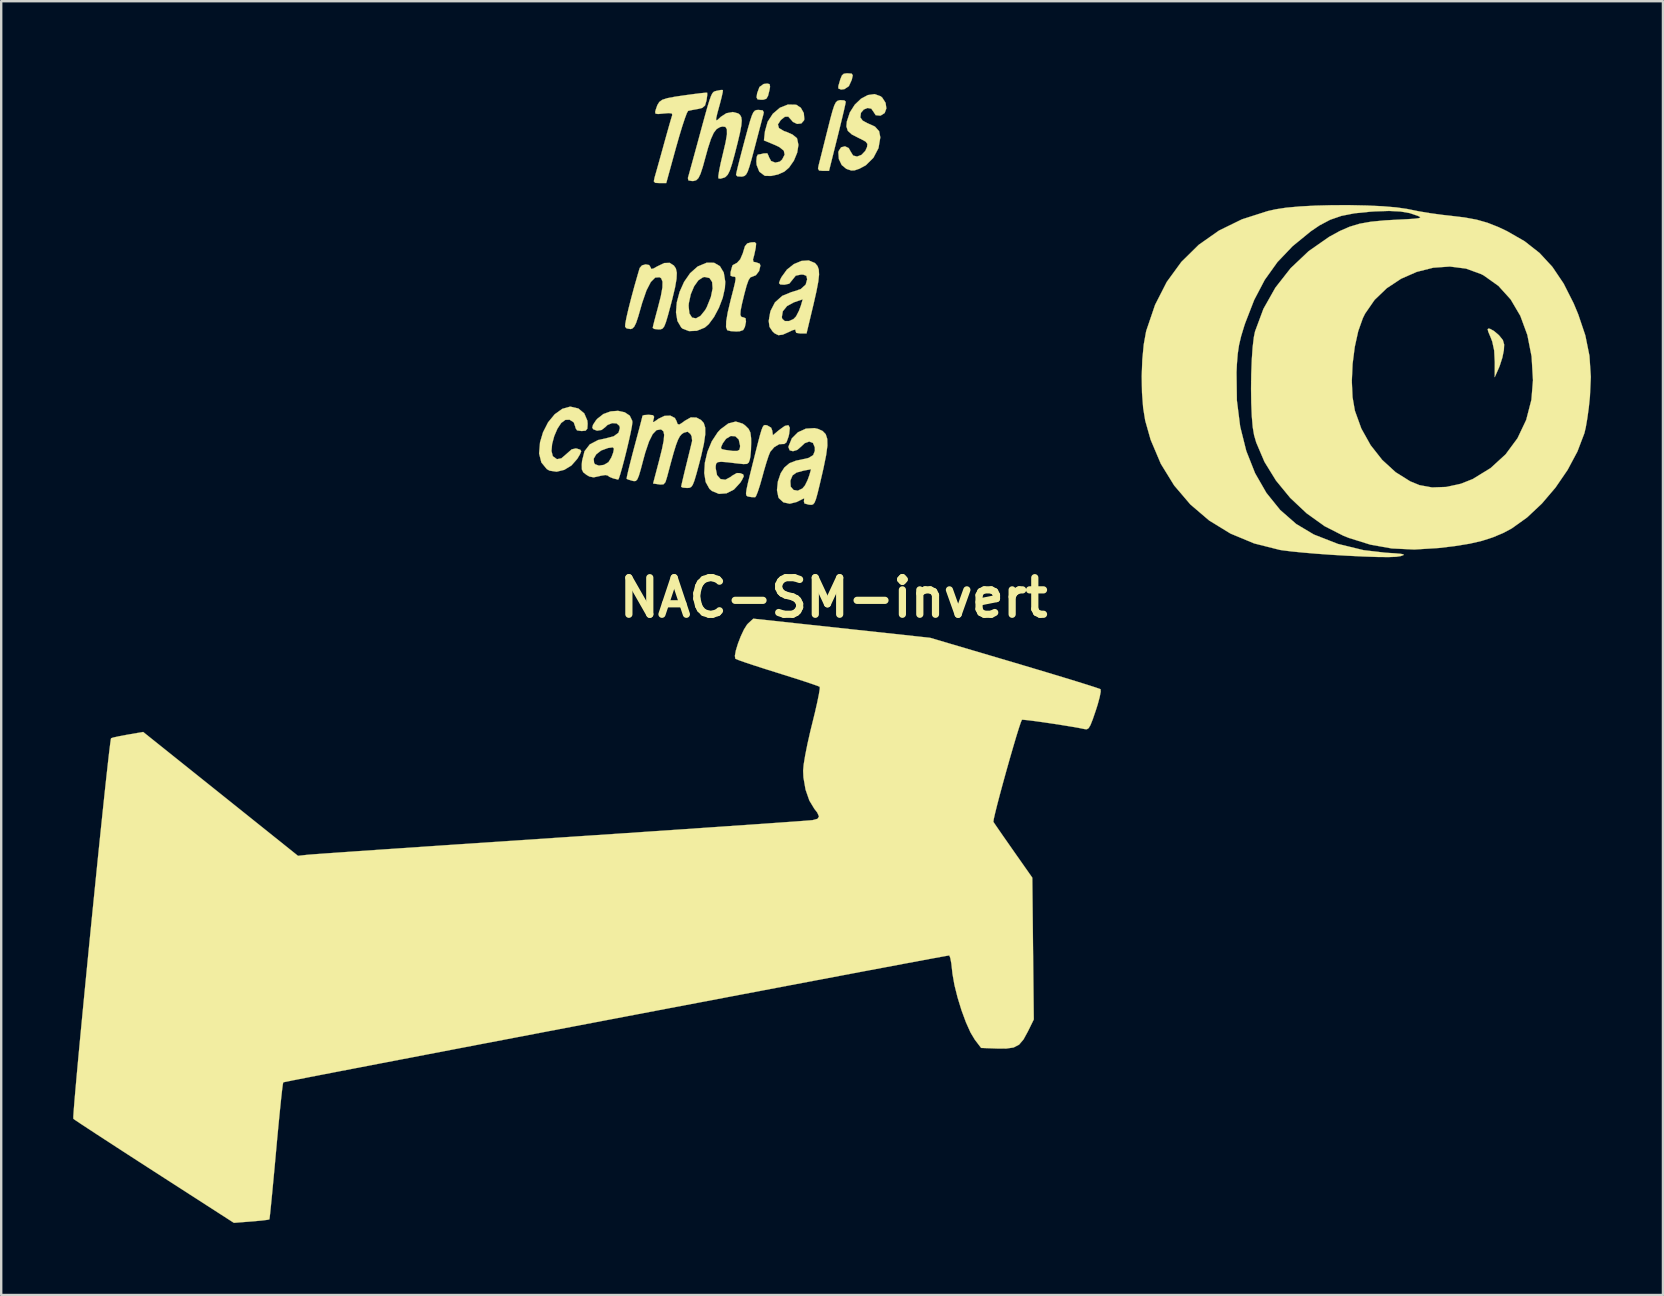
<source format=kicad_pcb>
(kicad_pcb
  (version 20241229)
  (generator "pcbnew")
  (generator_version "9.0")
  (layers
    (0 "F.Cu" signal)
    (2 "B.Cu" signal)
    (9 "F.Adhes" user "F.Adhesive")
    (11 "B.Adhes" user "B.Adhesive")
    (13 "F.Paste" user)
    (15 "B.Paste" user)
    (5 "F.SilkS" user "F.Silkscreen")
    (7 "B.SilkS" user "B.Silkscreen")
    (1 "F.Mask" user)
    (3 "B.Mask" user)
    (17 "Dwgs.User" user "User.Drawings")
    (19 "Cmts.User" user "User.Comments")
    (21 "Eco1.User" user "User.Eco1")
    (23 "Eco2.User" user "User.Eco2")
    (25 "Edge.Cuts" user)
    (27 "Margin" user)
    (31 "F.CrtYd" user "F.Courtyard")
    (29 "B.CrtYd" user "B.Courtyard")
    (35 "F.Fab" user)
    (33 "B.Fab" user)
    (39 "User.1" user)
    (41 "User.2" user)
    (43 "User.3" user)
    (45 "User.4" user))
  (footprint "NAC-SM-invert"
    (layer "F.Cu")
    (at 31.674 21.849)
    (property "Reference" "NAC-SM-invert" (at 0 0 0) (layer "F.SilkS") (effects (font (size 1.524 1.524) (thickness 0.3))))
    (attr through_hole)
    (fp_poly (pts (xy -2.665 -21.394) (xy -2.646 -21.285) (xy -2.67 -21.145) (xy -2.731 -20.904) (xy -2.802 -20.785) (xy -2.921 -20.746) (xy -3.021 -20.743) (xy -3.167 -20.76) (xy -3.209 -20.844) (xy -3.184 -21.014) (xy -3.087 -21.276) (xy -2.914 -21.4) (xy -2.766 -21.419) (xy -2.665 -21.394)) (stroke (width 0.01) (type solid)) (fill yes) (layer "F.SilkS"))
    (fp_poly (pts (xy 0.754 -21.832) (xy 0.799 -21.762) (xy 0.76 -21.583) (xy 0.758 -21.575) (xy 0.637 -21.31) (xy 0.452 -21.186) (xy 0.312 -21.168) (xy 0.198 -21.215) (xy 0.199 -21.315) (xy 0.282 -21.599) (xy 0.348 -21.758) (xy 0.425 -21.827) (xy 0.54 -21.844) (xy 0.592 -21.844) (xy 0.754 -21.832)) (stroke (width 0.01) (type solid)) (fill yes) (layer "F.SilkS"))
    (fp_poly (pts (xy 27.348 -11.2) (xy 27.504 -11.115) (xy 27.694 -10.956) (xy 27.731 -10.919) (xy 27.881 -10.732) (xy 27.934 -10.546) (xy 27.922 -10.313) (xy 27.859 -10.001) (xy 27.75 -9.663) (xy 27.711 -9.567) (xy 27.541 -9.186) (xy 27.543 -9.821) (xy 27.519 -10.296) (xy 27.438 -10.672) (xy 27.37 -10.848) (xy 27.273 -11.077) (xy 27.246 -11.187) (xy 27.286 -11.213) (xy 27.348 -11.2)) (stroke (width 0.01) (type solid)) (fill yes) (layer "F.SilkS"))
    (fp_poly (pts (xy 0.446 -20.718) (xy 0.508 -20.663) (xy 0.488 -20.553) (xy 0.434 -20.309) (xy 0.351 -19.959) (xy 0.247 -19.532) (xy 0.159 -19.175) (xy -0.19 -17.78) (xy -0.435 -17.78) (xy -0.605 -17.796) (xy -0.648 -17.879) (xy -0.622 -18.013) (xy -0.581 -18.176) (xy -0.507 -18.468) (xy -0.411 -18.852) (xy -0.301 -19.292) (xy -0.255 -19.473) (xy -0.136 -19.946) (xy -0.045 -20.28) (xy 0.027 -20.499) (xy 0.091 -20.629) (xy 0.158 -20.695) (xy 0.239 -20.722) (xy 0.28 -20.728) (xy 0.446 -20.718)) (stroke (width 0.01) (type solid)) (fill yes) (layer "F.SilkS"))
    (fp_poly (pts (xy -2.95 -20.302) (xy -2.908 -20.22) (xy -2.926 -20.13) (xy -2.965 -19.981) (xy -3.038 -19.704) (xy -3.135 -19.334) (xy -3.247 -18.906) (xy -3.287 -18.754) (xy -3.41 -18.291) (xy -3.503 -17.966) (xy -3.576 -17.755) (xy -3.642 -17.632) (xy -3.712 -17.57) (xy -3.797 -17.546) (xy -3.831 -17.542) (xy -4.004 -17.552) (xy -4.064 -17.611) (xy -4.043 -17.723) (xy -3.985 -17.967) (xy -3.897 -18.315) (xy -3.787 -18.735) (xy -3.713 -19.014) (xy -3.581 -19.502) (xy -3.482 -19.85) (xy -3.405 -20.082) (xy -3.34 -20.222) (xy -3.276 -20.292) (xy -3.202 -20.317) (xy -3.119 -20.32) (xy -2.95 -20.302)) (stroke (width 0.01) (type solid)) (fill yes) (layer "F.SilkS"))
    (fp_poly (pts (xy -2.814 -7.189) (xy -2.768 -7.181) (xy -2.601 -7.083) (xy -2.555 -6.962) (xy -2.528 -6.769) (xy -2.273 -6.983) (xy -2.032 -7.156) (xy -1.883 -7.188) (xy -1.823 -7.077) (xy -1.851 -6.821) (xy -1.876 -6.711) (xy -1.963 -6.472) (xy -2.06 -6.401) (xy -2.076 -6.405) (xy -2.262 -6.396) (xy -2.468 -6.276) (xy -2.636 -6.082) (xy -2.64 -6.073) (xy -2.706 -5.912) (xy -2.798 -5.633) (xy -2.902 -5.28) (xy -2.966 -5.043) (xy -3.066 -4.691) (xy -3.158 -4.409) (xy -3.232 -4.231) (xy -3.266 -4.187) (xy -3.407 -4.19) (xy -3.524 -4.208) (xy -3.594 -4.226) (xy -3.636 -4.266) (xy -3.647 -4.353) (xy -3.625 -4.514) (xy -3.569 -4.775) (xy -3.474 -5.161) (xy -3.414 -5.402) (xy -3.267 -5.992) (xy -3.154 -6.437) (xy -3.07 -6.758) (xy -3.006 -6.975) (xy -2.956 -7.106) (xy -2.911 -7.173) (xy -2.867 -7.193) (xy -2.814 -7.189)) (stroke (width 0.01) (type solid)) (fill yes) (layer "F.SilkS"))
    (fp_poly (pts (xy -4.978 -13.953) (xy -4.734 -13.811) (xy -4.574 -13.543) (xy -4.512 -13.162) (xy -4.527 -12.902) (xy -4.617 -12.496) (xy -4.776 -12.078) (xy -4.979 -11.695) (xy -5.201 -11.395) (xy -5.366 -11.253) (xy -5.696 -11.12) (xy -6.021 -11.106) (xy -6.29 -11.209) (xy -6.345 -11.256) (xy -6.505 -11.528) (xy -6.564 -11.89) (xy -6.543 -12.149) (xy -6.039 -12.149) (xy -6.006 -11.842) (xy -5.896 -11.671) (xy -5.733 -11.637) (xy -5.542 -11.742) (xy -5.347 -11.986) (xy -5.278 -12.113) (xy -5.111 -12.53) (xy -5.039 -12.882) (xy -5.059 -13.151) (xy -5.168 -13.317) (xy -5.365 -13.361) (xy -5.44 -13.348) (xy -5.633 -13.222) (xy -5.81 -12.972) (xy -5.949 -12.641) (xy -6.029 -12.273) (xy -6.039 -12.149) (xy -6.543 -12.149) (xy -6.53 -12.307) (xy -6.414 -12.741) (xy -6.227 -13.157) (xy -5.977 -13.518) (xy -5.676 -13.786) (xy -5.648 -13.804) (xy -5.288 -13.955) (xy -4.978 -13.953)) (stroke (width 0.01) (type solid)) (fill yes) (layer "F.SilkS"))
    (fp_poly (pts (xy -10.631 -7.883) (xy -10.386 -7.679) (xy -10.257 -7.379) (xy -10.245 -7.243) (xy -10.258 -7.042) (xy -10.328 -6.959) (xy -10.498 -6.943) (xy -10.499 -6.943) (xy -10.687 -6.971) (xy -10.751 -7.072) (xy -10.753 -7.102) (xy -10.824 -7.305) (xy -10.999 -7.416) (xy -11.173 -7.409) (xy -11.346 -7.28) (xy -11.506 -7.037) (xy -11.638 -6.728) (xy -11.725 -6.403) (xy -11.751 -6.112) (xy -11.698 -5.903) (xy -11.684 -5.885) (xy -11.523 -5.771) (xy -11.339 -5.807) (xy -11.115 -5.999) (xy -11.106 -6.009) (xy -10.91 -6.18) (xy -10.737 -6.22) (xy -10.688 -6.21) (xy -10.553 -6.167) (xy -10.513 -6.102) (xy -10.565 -5.972) (xy -10.676 -5.786) (xy -10.917 -5.511) (xy -11.218 -5.327) (xy -11.537 -5.249) (xy -11.829 -5.292) (xy -11.945 -5.358) (xy -12.173 -5.635) (xy -12.267 -6.009) (xy -12.228 -6.473) (xy -12.104 -6.891) (xy -11.893 -7.306) (xy -11.616 -7.642) (xy -11.302 -7.868) (xy -10.983 -7.958) (xy -10.96 -7.959) (xy -10.631 -7.883)) (stroke (width 0.01) (type solid)) (fill yes) (layer "F.SilkS"))
    (fp_poly (pts (xy -5.262 -20.948) (xy -5.287 -20.757) (xy -5.295 -20.712) (xy -5.355 -20.504) (xy -5.47 -20.404) (xy -5.661 -20.358) (xy -5.889 -20.317) (xy -6.046 -20.283) (xy -6.059 -20.28) (xy -6.11 -20.193) (xy -6.194 -19.969) (xy -6.305 -19.634) (xy -6.432 -19.214) (xy -6.561 -18.762) (xy -6.971 -17.272) (xy -7.247 -17.272) (xy -7.431 -17.282) (xy -7.488 -17.345) (xy -7.454 -17.513) (xy -7.444 -17.547) (xy -7.391 -17.732) (xy -7.305 -18.039) (xy -7.196 -18.428) (xy -7.077 -18.857) (xy -7.063 -18.91) (xy -6.948 -19.322) (xy -6.847 -19.68) (xy -6.769 -19.949) (xy -6.724 -20.095) (xy -6.72 -20.107) (xy -6.735 -20.171) (xy -6.866 -20.188) (xy -7.074 -20.171) (xy -7.311 -20.149) (xy -7.418 -20.166) (xy -7.432 -20.239) (xy -7.408 -20.329) (xy -7.342 -20.518) (xy -7.261 -20.651) (xy -7.134 -20.743) (xy -6.927 -20.81) (xy -6.61 -20.87) (xy -6.25 -20.923) (xy -5.869 -20.975) (xy -5.554 -21.015) (xy -5.342 -21.036) (xy -5.265 -21.037) (xy -5.262 -20.948)) (stroke (width 0.01) (type solid)) (fill yes) (layer "F.SilkS"))
    (fp_poly (pts (xy -6.652 -13.837) (xy -6.569 -13.713) (xy -6.531 -13.536) (xy -6.542 -13.282) (xy -6.603 -12.928) (xy -6.717 -12.449) (xy -6.787 -12.181) (xy -6.9 -11.761) (xy -6.984 -11.479) (xy -7.052 -11.306) (xy -7.119 -11.216) (xy -7.197 -11.181) (xy -7.295 -11.176) (xy -7.467 -11.195) (xy -7.534 -11.239) (xy -7.513 -11.344) (xy -7.455 -11.572) (xy -7.372 -11.883) (xy -7.323 -12.064) (xy -7.195 -12.564) (xy -7.13 -12.924) (xy -7.125 -13.165) (xy -7.181 -13.305) (xy -7.246 -13.35) (xy -7.43 -13.336) (xy -7.613 -13.153) (xy -7.794 -12.802) (xy -7.974 -12.282) (xy -8.024 -12.107) (xy -8.139 -11.707) (xy -8.228 -11.443) (xy -8.306 -11.288) (xy -8.385 -11.212) (xy -8.453 -11.191) (xy -8.619 -11.218) (xy -8.684 -11.286) (xy -8.677 -11.408) (xy -8.629 -11.666) (xy -8.544 -12.034) (xy -8.429 -12.485) (xy -8.292 -12.993) (xy -8.137 -13.533) (xy -8.076 -13.737) (xy -7.981 -13.844) (xy -7.826 -13.886) (xy -7.682 -13.858) (xy -7.62 -13.76) (xy -7.594 -13.692) (xy -7.494 -13.717) (xy -7.345 -13.802) (xy -7.052 -13.942) (xy -6.829 -13.949) (xy -6.652 -13.837)) (stroke (width 0.01) (type solid)) (fill yes) (layer "F.SilkS"))
    (fp_poly (pts (xy -1.559 -20.537) (xy -1.365 -20.411) (xy -1.24 -20.189) (xy -1.219 -19.938) (xy -1.231 -19.885) (xy -1.343 -19.757) (xy -1.52 -19.737) (xy -1.695 -19.822) (xy -1.758 -19.897) (xy -1.888 -20.041) (xy -2.029 -20.035) (xy -2.199 -19.899) (xy -2.319 -19.716) (xy -2.276 -19.565) (xy -2.068 -19.44) (xy -1.944 -19.398) (xy -1.708 -19.292) (xy -1.54 -19.156) (xy -1.518 -19.123) (xy -1.464 -18.863) (xy -1.515 -18.541) (xy -1.653 -18.208) (xy -1.856 -17.917) (xy -2.049 -17.751) (xy -2.31 -17.633) (xy -2.603 -17.569) (xy -2.846 -17.574) (xy -2.879 -17.584) (xy -3.094 -17.747) (xy -3.205 -18.026) (xy -3.217 -18.177) (xy -3.201 -18.367) (xy -3.159 -18.457) (xy -3.154 -18.458) (xy -3.028 -18.479) (xy -2.907 -18.509) (xy -2.761 -18.512) (xy -2.7 -18.388) (xy -2.695 -18.36) (xy -2.603 -18.193) (xy -2.43 -18.125) (xy -2.24 -18.166) (xy -2.143 -18.254) (xy -2.039 -18.458) (xy -2.073 -18.622) (xy -2.256 -18.77) (xy -2.466 -18.869) (xy -2.901 -19.05) (xy -2.858 -19.43) (xy -2.747 -19.826) (xy -2.53 -20.161) (xy -2.238 -20.41) (xy -1.903 -20.544) (xy -1.559 -20.537)) (stroke (width 0.01) (type solid)) (fill yes) (layer "F.SilkS"))
    (fp_poly (pts (xy 1.963 -20.888) (xy 2.028 -20.832) (xy 2.167 -20.614) (xy 2.199 -20.384) (xy 2.129 -20.192) (xy 1.965 -20.087) (xy 1.937 -20.083) (xy 1.754 -20.101) (xy 1.67 -20.231) (xy 1.572 -20.372) (xy 1.418 -20.401) (xy 1.258 -20.337) (xy 1.14 -20.2) (xy 1.115 -20.011) (xy 1.116 -20.007) (xy 1.211 -19.876) (xy 1.399 -19.772) (xy 1.406 -19.77) (xy 1.723 -19.626) (xy 1.896 -19.435) (xy 1.947 -19.177) (xy 1.871 -18.73) (xy 1.66 -18.328) (xy 1.344 -18.015) (xy 1.074 -17.87) (xy 0.874 -17.802) (xy 0.736 -17.797) (xy 0.564 -17.853) (xy 0.528 -17.868) (xy 0.339 -18.024) (xy 0.219 -18.276) (xy 0.199 -18.553) (xy 0.209 -18.602) (xy 0.313 -18.762) (xy 0.475 -18.804) (xy 0.631 -18.731) (xy 0.712 -18.584) (xy 0.814 -18.42) (xy 0.978 -18.378) (xy 1.161 -18.446) (xy 1.321 -18.613) (xy 1.395 -18.777) (xy 1.409 -18.903) (xy 1.337 -18.999) (xy 1.147 -19.103) (xy 1.076 -19.136) (xy 0.765 -19.294) (xy 0.593 -19.448) (xy 0.534 -19.632) (xy 0.553 -19.838) (xy 0.678 -20.217) (xy 0.884 -20.54) (xy 1.143 -20.787) (xy 1.428 -20.939) (xy 1.71 -20.979) (xy 1.963 -20.888)) (stroke (width 0.01) (type solid)) (fill yes) (layer "F.SilkS"))
    (fp_poly (pts (xy -3.226 -14.753) (xy -3.242 -14.587) (xy -3.254 -14.521) (xy -3.305 -14.282) (xy -3.353 -14.105) (xy -3.358 -14.091) (xy -3.338 -13.992) (xy -3.226 -13.97) (xy -3.079 -13.917) (xy -3.048 -13.837) (xy -3.102 -13.609) (xy -3.234 -13.436) (xy -3.379 -13.377) (xy -3.465 -13.345) (xy -3.542 -13.23) (xy -3.623 -13.004) (xy -3.715 -12.661) (xy -3.816 -12.244) (xy -3.872 -11.964) (xy -3.884 -11.795) (xy -3.854 -11.71) (xy -3.784 -11.684) (xy -3.768 -11.684) (xy -3.666 -11.642) (xy -3.649 -11.497) (xy -3.694 -11.282) (xy -3.764 -11.151) (xy -3.913 -11.098) (xy -4.06 -11.091) (xy -4.28 -11.105) (xy -4.419 -11.14) (xy -4.431 -11.148) (xy -4.479 -11.275) (xy -4.472 -11.517) (xy -4.409 -11.888) (xy -4.287 -12.402) (xy -4.276 -12.446) (xy -4.172 -12.848) (xy -4.108 -13.113) (xy -4.081 -13.271) (xy -4.088 -13.349) (xy -4.128 -13.375) (xy -4.199 -13.377) (xy -4.2 -13.377) (xy -4.291 -13.414) (xy -4.291 -13.552) (xy -4.278 -13.61) (xy -4.231 -13.781) (xy -4.205 -13.852) (xy -4.129 -13.893) (xy -4.022 -13.951) (xy -3.889 -14.097) (xy -3.781 -14.348) (xy -3.764 -14.408) (xy -3.692 -14.643) (xy -3.597 -14.758) (xy -3.441 -14.802) (xy -3.436 -14.802) (xy -3.281 -14.81) (xy -3.226 -14.753)) (stroke (width 0.01) (type solid)) (fill yes) (layer "F.SilkS"))
    (fp_poly (pts (xy -3.784 -7.25) (xy -3.679 -7.172) (xy -3.538 -7.031) (xy -3.465 -6.879) (xy -3.436 -6.654) (xy -3.433 -6.466) (xy -3.441 -6.153) (xy -3.467 -5.877) (xy -3.49 -5.753) (xy -3.534 -5.632) (xy -3.607 -5.575) (xy -3.755 -5.567) (xy -4.023 -5.595) (xy -4.04 -5.597) (xy -4.43 -5.644) (xy -4.681 -5.663) (xy -4.825 -5.647) (xy -4.891 -5.589) (xy -4.91 -5.482) (xy -4.911 -5.393) (xy -4.855 -5.107) (xy -4.71 -4.943) (xy -4.507 -4.915) (xy -4.277 -5.039) (xy -4.24 -5.074) (xy -4.034 -5.192) (xy -3.901 -5.191) (xy -3.769 -5.141) (xy -3.74 -5.061) (xy -3.814 -4.908) (xy -3.89 -4.789) (xy -4.152 -4.505) (xy -4.46 -4.349) (xy -4.776 -4.326) (xy -5.067 -4.445) (xy -5.171 -4.537) (xy -5.327 -4.817) (xy -5.388 -5.193) (xy -5.361 -5.627) (xy -5.254 -6.081) (xy -5.177 -6.266) (xy -4.691 -6.266) (xy -4.666 -6.193) (xy -4.518 -6.158) (xy -4.508 -6.157) (xy -4.193 -6.114) (xy -4.009 -6.114) (xy -3.922 -6.165) (xy -3.896 -6.279) (xy -3.895 -6.34) (xy -3.951 -6.592) (xy -4.094 -6.726) (xy -4.284 -6.737) (xy -4.481 -6.619) (xy -4.615 -6.434) (xy -4.691 -6.266) (xy -5.177 -6.266) (xy -5.074 -6.514) (xy -4.828 -6.889) (xy -4.712 -7.015) (xy -4.383 -7.26) (xy -4.074 -7.339) (xy -3.784 -7.25)) (stroke (width 0.01) (type solid)) (fill yes) (layer "F.SilkS"))
    (fp_poly (pts (xy -0.782 -13.945) (xy -0.76 -13.926) (xy -0.668 -13.815) (xy -0.616 -13.668) (xy -0.605 -13.461) (xy -0.637 -13.169) (xy -0.713 -12.768) (xy -0.834 -12.232) (xy -0.859 -12.129) (xy -1.127 -11.007) (xy -1.377 -11.007) (xy -1.555 -11.033) (xy -1.585 -11.116) (xy -1.583 -11.121) (xy -1.598 -11.174) (xy -1.728 -11.135) (xy -1.846 -11.078) (xy -2.114 -10.959) (xy -2.298 -10.936) (xy -2.451 -11.01) (xy -2.54 -11.091) (xy -2.669 -11.283) (xy -2.702 -11.53) (xy -2.675 -11.689) (xy -2.156 -11.689) (xy -2.139 -11.62) (xy -2.033 -11.525) (xy -1.856 -11.524) (xy -1.67 -11.608) (xy -1.565 -11.716) (xy -1.442 -11.953) (xy -1.36 -12.174) (xy -1.286 -12.43) (xy -1.653 -12.305) (xy -1.939 -12.149) (xy -2.115 -11.932) (xy -2.156 -11.689) (xy -2.675 -11.689) (xy -2.643 -11.873) (xy -2.622 -11.954) (xy -2.442 -12.303) (xy -2.139 -12.574) (xy -1.755 -12.732) (xy -1.721 -12.739) (xy -1.372 -12.855) (xy -1.162 -13.044) (xy -1.101 -13.263) (xy -1.131 -13.406) (xy -1.254 -13.458) (xy -1.356 -13.462) (xy -1.576 -13.416) (xy -1.707 -13.254) (xy -1.709 -13.25) (xy -1.848 -13.081) (xy -2.046 -13.039) (xy -2.22 -13.049) (xy -2.274 -13.107) (xy -2.222 -13.253) (xy -2.167 -13.36) (xy -1.943 -13.669) (xy -1.655 -13.897) (xy -1.34 -14.029) (xy -1.037 -14.05) (xy -0.782 -13.945)) (stroke (width 0.01) (type solid)) (fill yes) (layer "F.SilkS"))
    (fp_poly (pts (xy -8.7 -7.724) (xy -8.49 -7.584) (xy -8.387 -7.369) (xy -8.382 -7.303) (xy -8.401 -7.147) (xy -8.452 -6.881) (xy -8.527 -6.542) (xy -8.616 -6.164) (xy -8.711 -5.783) (xy -8.804 -5.433) (xy -8.885 -5.15) (xy -8.945 -4.969) (xy -8.974 -4.92) (xy -9.082 -4.947) (xy -9.186 -4.973) (xy -9.347 -5.039) (xy -9.401 -5.087) (xy -9.504 -5.111) (xy -9.699 -5.081) (xy -9.757 -5.065) (xy -9.993 -5.014) (xy -10.17 -5.048) (xy -10.292 -5.118) (xy -10.426 -5.222) (xy -10.485 -5.344) (xy -10.49 -5.541) (xy -10.477 -5.697) (xy -10.454 -5.789) (xy -9.994 -5.789) (xy -9.975 -5.613) (xy -9.934 -5.56) (xy -9.775 -5.503) (xy -9.564 -5.535) (xy -9.383 -5.643) (xy -9.375 -5.652) (xy -9.255 -5.846) (xy -9.18 -6.046) (xy -9.149 -6.209) (xy -9.197 -6.264) (xy -9.364 -6.242) (xy -9.401 -6.235) (xy -9.681 -6.133) (xy -9.887 -5.974) (xy -9.994 -5.789) (xy -10.454 -5.789) (xy -10.376 -6.1) (xy -10.155 -6.388) (xy -9.806 -6.57) (xy -9.497 -6.636) (xy -9.163 -6.724) (xy -8.959 -6.873) (xy -8.901 -7.069) (xy -8.923 -7.161) (xy -9.038 -7.262) (xy -9.225 -7.272) (xy -9.416 -7.197) (xy -9.512 -7.105) (xy -9.665 -6.988) (xy -9.854 -6.958) (xy -10.009 -7.017) (xy -10.052 -7.084) (xy -10.021 -7.203) (xy -9.902 -7.384) (xy -9.845 -7.452) (xy -9.588 -7.653) (xy -9.287 -7.762) (xy -8.978 -7.785) (xy -8.7 -7.724)) (stroke (width 0.01) (type solid)) (fill yes) (layer "F.SilkS"))
    (fp_poly (pts (xy -0.642 -7.03) (xy -0.454 -6.943) (xy -0.328 -6.812) (xy -0.264 -6.616) (xy -0.258 -6.333) (xy -0.31 -5.941) (xy -0.416 -5.418) (xy -0.467 -5.193) (xy -0.583 -4.694) (xy -0.67 -4.338) (xy -0.737 -4.1) (xy -0.795 -3.958) (xy -0.854 -3.889) (xy -0.923 -3.869) (xy -1.014 -3.876) (xy -1.044 -3.88) (xy -1.213 -3.927) (xy -1.238 -4.024) (xy -1.234 -4.035) (xy -1.223 -4.129) (xy -1.249 -4.132) (xy -1.364 -4.074) (xy -1.539 -3.987) (xy -1.826 -3.916) (xy -2.09 -3.973) (xy -2.279 -4.147) (xy -2.299 -4.187) (xy -2.358 -4.482) (xy -2.321 -4.838) (xy -2.313 -4.861) (xy -1.8 -4.861) (xy -1.786 -4.628) (xy -1.668 -4.49) (xy -1.491 -4.459) (xy -1.3 -4.55) (xy -1.192 -4.677) (xy -1.084 -4.897) (xy -1.009 -5.104) (xy -0.938 -5.352) (xy -1.252 -5.293) (xy -1.544 -5.214) (xy -1.71 -5.094) (xy -1.792 -4.898) (xy -1.8 -4.861) (xy -2.313 -4.861) (xy -2.203 -5.186) (xy -2.047 -5.427) (xy -1.834 -5.606) (xy -1.558 -5.712) (xy -1.367 -5.749) (xy -1.037 -5.825) (xy -0.851 -5.94) (xy -0.78 -6.118) (xy -0.782 -6.265) (xy -0.86 -6.448) (xy -1.014 -6.506) (xy -1.204 -6.437) (xy -1.341 -6.306) (xy -1.512 -6.158) (xy -1.69 -6.103) (xy -1.828 -6.14) (xy -1.88 -6.27) (xy -1.876 -6.306) (xy -1.739 -6.638) (xy -1.484 -6.892) (xy -1.155 -7.043) (xy -0.793 -7.065) (xy -0.642 -7.03)) (stroke (width 0.01) (type solid)) (fill yes) (layer "F.SilkS"))
    (fp_poly (pts (xy -4.61 -21.148) (xy -4.618 -21.06) (xy -4.664 -20.852) (xy -4.737 -20.567) (xy -4.747 -20.532) (xy -4.843 -20.181) (xy -4.891 -19.972) (xy -4.89 -19.886) (xy -4.837 -19.902) (xy -4.731 -19.999) (xy -4.703 -20.028) (xy -4.466 -20.182) (xy -4.203 -20.233) (xy -3.974 -20.175) (xy -3.894 -20.108) (xy -3.844 -20.015) (xy -3.826 -19.877) (xy -3.843 -19.671) (xy -3.899 -19.371) (xy -3.997 -18.954) (xy -4.119 -18.475) (xy -4.231 -18.066) (xy -4.323 -17.791) (xy -4.408 -17.623) (xy -4.5 -17.529) (xy -4.545 -17.504) (xy -4.713 -17.455) (xy -4.798 -17.47) (xy -4.8 -17.569) (xy -4.765 -17.798) (xy -4.699 -18.121) (xy -4.609 -18.498) (xy -4.498 -18.972) (xy -4.442 -19.304) (xy -4.444 -19.512) (xy -4.506 -19.614) (xy -4.629 -19.628) (xy -4.734 -19.603) (xy -4.87 -19.525) (xy -4.991 -19.369) (xy -5.108 -19.111) (xy -5.233 -18.727) (xy -5.331 -18.373) (xy -5.448 -17.946) (xy -5.543 -17.658) (xy -5.629 -17.481) (xy -5.722 -17.391) (xy -5.836 -17.359) (xy -5.893 -17.357) (xy -6.047 -17.384) (xy -6.069 -17.483) (xy -6.063 -17.505) (xy -6.026 -17.635) (xy -5.954 -17.897) (xy -5.855 -18.257) (xy -5.738 -18.685) (xy -5.673 -18.923) (xy -5.498 -19.568) (xy -5.361 -20.069) (xy -5.255 -20.445) (xy -5.173 -20.713) (xy -5.108 -20.894) (xy -5.054 -21.005) (xy -5.003 -21.067) (xy -4.948 -21.096) (xy -4.883 -21.113) (xy -4.859 -21.119) (xy -4.687 -21.152) (xy -4.61 -21.148)) (stroke (width 0.01) (type solid)) (fill yes) (layer "F.SilkS"))
    (fp_poly (pts (xy -7.522 -7.604) (xy -7.475 -7.535) (xy -7.496 -7.442) (xy -7.526 -7.331) (xy -7.493 -7.317) (xy -7.366 -7.401) (xy -7.297 -7.453) (xy -7.042 -7.575) (xy -6.798 -7.585) (xy -6.612 -7.488) (xy -6.543 -7.362) (xy -6.497 -7.234) (xy -6.426 -7.214) (xy -6.285 -7.303) (xy -6.204 -7.366) (xy -5.947 -7.512) (xy -5.712 -7.505) (xy -5.522 -7.404) (xy -5.407 -7.277) (xy -5.347 -7.083) (xy -5.346 -6.803) (xy -5.402 -6.416) (xy -5.517 -5.902) (xy -5.601 -5.577) (xy -5.714 -5.157) (xy -5.798 -4.875) (xy -5.867 -4.702) (xy -5.933 -4.612) (xy -6.012 -4.577) (xy -6.109 -4.572) (xy -6.282 -4.587) (xy -6.35 -4.62) (xy -6.331 -4.717) (xy -6.279 -4.942) (xy -6.204 -5.259) (xy -6.137 -5.53) (xy -6.045 -5.904) (xy -5.966 -6.226) (xy -5.911 -6.455) (xy -5.892 -6.537) (xy -5.912 -6.722) (xy -5.963 -6.822) (xy -6.08 -6.916) (xy -6.236 -6.874) (xy -6.239 -6.872) (xy -6.327 -6.813) (xy -6.405 -6.722) (xy -6.481 -6.579) (xy -6.564 -6.36) (xy -6.662 -6.043) (xy -6.783 -5.606) (xy -6.936 -5.031) (xy -7.004 -4.814) (xy -7.085 -4.723) (xy -7.223 -4.715) (xy -7.272 -4.722) (xy -7.518 -4.758) (xy -7.27 -5.702) (xy -7.147 -6.195) (xy -7.076 -6.549) (xy -7.057 -6.787) (xy -7.088 -6.929) (xy -7.169 -6.999) (xy -7.21 -7.01) (xy -7.378 -6.979) (xy -7.535 -6.815) (xy -7.689 -6.506) (xy -7.845 -6.043) (xy -7.926 -5.748) (xy -8.032 -5.347) (xy -8.11 -5.084) (xy -8.174 -4.933) (xy -8.237 -4.865) (xy -8.313 -4.857) (xy -8.381 -4.871) (xy -8.55 -4.921) (xy -8.621 -4.952) (xy -8.609 -5.039) (xy -8.56 -5.26) (xy -8.479 -5.589) (xy -8.375 -5.995) (xy -8.304 -6.263) (xy -8.186 -6.704) (xy -8.085 -7.084) (xy -8.009 -7.375) (xy -7.966 -7.548) (xy -7.959 -7.583) (xy -7.885 -7.609) (xy -7.706 -7.62) (xy -7.699 -7.62) (xy -7.522 -7.604)) (stroke (width 0.01) (type solid)) (fill yes) (layer "F.SilkS"))
    (fp_poly (pts (xy 22.222 -16.338) (xy 22.879 -16.307) (xy 23.448 -16.259) (xy 23.893 -16.195) (xy 23.985 -16.176) (xy 24.381 -16.096) (xy 24.871 -16.015) (xy 25.379 -15.946) (xy 25.66 -15.915) (xy 26.282 -15.841) (xy 26.791 -15.747) (xy 27.244 -15.618) (xy 27.697 -15.439) (xy 28.057 -15.268) (xy 28.785 -14.85) (xy 29.407 -14.362) (xy 29.943 -13.782) (xy 30.411 -13.088) (xy 30.83 -12.259) (xy 31.018 -11.809) (xy 31.315 -10.928) (xy 31.487 -10.077) (xy 31.544 -9.198) (xy 31.507 -8.382) (xy 31.46 -7.923) (xy 31.399 -7.478) (xy 31.334 -7.099) (xy 31.278 -6.858) (xy 30.985 -6.089) (xy 30.576 -5.323) (xy 30.074 -4.59) (xy 29.504 -3.921) (xy 28.889 -3.344) (xy 28.254 -2.889) (xy 27.898 -2.698) (xy 27.461 -2.515) (xy 27.007 -2.369) (xy 26.496 -2.251) (xy 25.891 -2.153) (xy 25.22 -2.072) (xy 24.19 -2.008) (xy 23.251 -2.053) (xy 22.359 -2.212) (xy 21.469 -2.49) (xy 21.245 -2.578) (xy 20.454 -2.981) (xy 19.705 -3.517) (xy 19.022 -4.159) (xy 18.429 -4.882) (xy 17.95 -5.659) (xy 17.607 -6.464) (xy 17.517 -6.773) (xy 17.461 -7.102) (xy 17.422 -7.56) (xy 17.399 -8.107) (xy 17.391 -8.707) (xy 17.395 -9.022) (xy 21.588 -9.022) (xy 21.618 -8.354) (xy 21.716 -7.79) (xy 21.985 -7.045) (xy 22.372 -6.353) (xy 22.854 -5.74) (xy 23.411 -5.23) (xy 24.02 -4.848) (xy 24.408 -4.689) (xy 24.933 -4.594) (xy 25.525 -4.615) (xy 26.133 -4.748) (xy 26.624 -4.943) (xy 27.37 -5.401) (xy 27.995 -5.973) (xy 28.491 -6.645) (xy 28.852 -7.406) (xy 29.069 -8.244) (xy 29.135 -9.059) (xy 29.077 -10.051) (xy 28.9 -10.948) (xy 28.608 -11.742) (xy 28.206 -12.425) (xy 27.697 -12.988) (xy 27.086 -13.423) (xy 26.976 -13.481) (xy 26.347 -13.71) (xy 25.673 -13.796) (xy 24.979 -13.747) (xy 24.293 -13.574) (xy 23.639 -13.287) (xy 23.045 -12.894) (xy 22.537 -12.407) (xy 22.14 -11.833) (xy 22.049 -11.65) (xy 21.855 -11.104) (xy 21.711 -10.45) (xy 21.62 -9.738) (xy 21.588 -9.022) (xy 17.395 -9.022) (xy 17.399 -9.32) (xy 17.421 -9.909) (xy 17.457 -10.435) (xy 17.508 -10.859) (xy 17.556 -11.091) (xy 17.906 -12.033) (xy 18.405 -12.917) (xy 19.038 -13.725) (xy 19.79 -14.437) (xy 20.644 -15.033) (xy 20.65 -15.036) (xy 21.088 -15.276) (xy 21.494 -15.453) (xy 21.911 -15.579) (xy 22.382 -15.663) (xy 22.95 -15.718) (xy 23.41 -15.744) (xy 23.874 -15.767) (xy 24.187 -15.787) (xy 24.37 -15.809) (xy 24.441 -15.835) (xy 24.419 -15.868) (xy 24.342 -15.906) (xy 24 -16.022) (xy 23.611 -16.089) (xy 23.14 -16.112) (xy 22.548 -16.093) (xy 22.366 -16.081) (xy 21.701 -16.014) (xy 21.156 -15.907) (xy 20.686 -15.745) (xy 20.244 -15.511) (xy 19.878 -15.263) (xy 19.12 -14.643) (xy 18.488 -13.98) (xy 17.962 -13.244) (xy 17.521 -12.405) (xy 17.145 -11.436) (xy 17.101 -11.303) (xy 16.975 -10.887) (xy 16.89 -10.527) (xy 16.835 -10.158) (xy 16.8 -9.721) (xy 16.785 -9.386) (xy 16.8 -8.223) (xy 16.938 -7.128) (xy 17.192 -6.113) (xy 17.558 -5.188) (xy 18.03 -4.366) (xy 18.602 -3.657) (xy 19.27 -3.072) (xy 20.008 -2.632) (xy 21.009 -2.241) (xy 22.078 -1.981) (xy 22.987 -1.875) (xy 23.384 -1.85) (xy 23.631 -1.828) (xy 23.744 -1.805) (xy 23.742 -1.777) (xy 23.643 -1.74) (xy 23.622 -1.733) (xy 23.437 -1.705) (xy 23.123 -1.693) (xy 22.672 -1.697) (xy 22.072 -1.717) (xy 21.336 -1.753) (xy 20.719 -1.79) (xy 20.109 -1.834) (xy 19.545 -1.882) (xy 19.061 -1.93) (xy 18.695 -1.976) (xy 18.592 -1.992) (xy 17.52 -2.262) (xy 16.535 -2.672) (xy 15.645 -3.217) (xy 14.86 -3.888) (xy 14.187 -4.678) (xy 13.633 -5.577) (xy 13.208 -6.58) (xy 12.982 -7.378) (xy 12.896 -7.908) (xy 12.848 -8.544) (xy 12.836 -9.231) (xy 12.861 -9.918) (xy 12.921 -10.551) (xy 13.016 -11.078) (xy 13.03 -11.134) (xy 13.393 -12.201) (xy 13.879 -13.154) (xy 14.487 -13.988) (xy 15.213 -14.703) (xy 16.056 -15.295) (xy 17.013 -15.763) (xy 18.081 -16.105) (xy 18.415 -16.18) (xy 18.856 -16.248) (xy 19.421 -16.299) (xy 20.076 -16.334) (xy 20.785 -16.352) (xy 21.512 -16.353) (xy 22.222 -16.338)) (stroke (width 0.01) (type solid)) (fill yes) (layer "F.SilkS"))
    (fp_poly (pts (xy 4.022 1.67) (xy 7.535 2.708) (xy 8.277 2.929) (xy 8.968 3.136) (xy 9.592 3.325) (xy 10.133 3.491) (xy 10.573 3.628) (xy 10.894 3.731) (xy 11.081 3.795) (xy 11.122 3.813) (xy 11.127 3.917) (xy 11.084 4.142) (xy 11 4.453) (xy 10.922 4.698) (xy 10.795 5.069) (xy 10.701 5.305) (xy 10.625 5.433) (xy 10.551 5.48) (xy 10.468 5.474) (xy 10.254 5.431) (xy 9.94 5.375) (xy 9.561 5.313) (xy 9.151 5.249) (xy 8.745 5.189) (xy 8.377 5.138) (xy 8.082 5.101) (xy 7.895 5.083) (xy 7.846 5.084) (xy 7.8 5.19) (xy 7.719 5.431) (xy 7.611 5.778) (xy 7.484 6.207) (xy 7.344 6.689) (xy 7.2 7.199) (xy 7.059 7.709) (xy 6.928 8.193) (xy 6.815 8.624) (xy 6.728 8.976) (xy 6.672 9.222) (xy 6.657 9.334) (xy 6.658 9.337) (xy 6.726 9.439) (xy 6.873 9.653) (xy 7.081 9.954) (xy 7.333 10.314) (xy 7.498 10.551) (xy 8.278 11.662) (xy 8.34 17.568) (xy 8.099 18.058) (xy 7.913 18.399) (xy 7.728 18.617) (xy 7.5 18.736) (xy 7.187 18.781) (xy 6.808 18.779) (xy 6.146 18.754) (xy 5.881 18.406) (xy 5.703 18.108) (xy 5.514 17.687) (xy 5.33 17.188) (xy 5.166 16.655) (xy 5.035 16.132) (xy 4.953 15.665) (xy 4.94 15.543) (xy 4.906 15.238) (xy 4.864 15.012) (xy 4.823 14.905) (xy 4.816 14.901) (xy 4.718 14.917) (xy 4.465 14.962) (xy 4.068 15.035) (xy 3.537 15.134) (xy 2.883 15.256) (xy 2.115 15.401) (xy 1.246 15.564) (xy 0.284 15.746) (xy -0.758 15.943) (xy -1.872 16.154) (xy -3.045 16.377) (xy -4.268 16.609) (xy -5.53 16.849) (xy -6.821 17.094) (xy -8.129 17.343) (xy -9.445 17.594) (xy -10.758 17.844) (xy -12.057 18.092) (xy -13.332 18.336) (xy -14.572 18.573) (xy -15.767 18.802) (xy -16.906 19.02) (xy -17.979 19.226) (xy -18.975 19.417) (xy -19.883 19.592) (xy -20.693 19.748) (xy -21.395 19.884) (xy -21.977 19.997) (xy -22.43 20.086) (xy -22.743 20.149) (xy -22.904 20.182) (xy -22.925 20.188) (xy -22.944 20.28) (xy -22.975 20.522) (xy -23.016 20.891) (xy -23.065 21.37) (xy -23.121 21.938) (xy -23.181 22.574) (xy -23.224 23.05) (xy -23.285 23.722) (xy -23.343 24.338) (xy -23.394 24.879) (xy -23.438 25.324) (xy -23.472 25.655) (xy -23.495 25.85) (xy -23.503 25.896) (xy -23.593 25.916) (xy -23.811 25.943) (xy -24.118 25.972) (xy -24.255 25.983) (xy -24.981 26.04) (xy -28.286 23.912) (xy -28.96 23.477) (xy -29.591 23.069) (xy -30.165 22.696) (xy -30.668 22.369) (xy -31.083 22.097) (xy -31.399 21.889) (xy -31.599 21.755) (xy -31.668 21.705) (xy -31.669 21.615) (xy -31.653 21.37) (xy -31.623 20.985) (xy -31.579 20.474) (xy -31.524 19.852) (xy -31.458 19.133) (xy -31.383 18.332) (xy -31.3 17.461) (xy -31.211 16.537) (xy -31.117 15.572) (xy -31.02 14.582) (xy -30.921 13.581) (xy -30.821 12.582) (xy -30.722 11.6) (xy -30.626 10.65) (xy -30.533 9.745) (xy -30.445 8.9) (xy -30.364 8.129) (xy -30.29 7.447) (xy -30.226 6.868) (xy -30.173 6.405) (xy -30.132 6.074) (xy -30.105 5.888) (xy -30.095 5.853) (xy -30.002 5.823) (xy -29.784 5.775) (xy -29.484 5.718) (xy -29.411 5.705) (xy -28.761 5.592) (xy -25.535 8.172) (xy -22.31 10.753) (xy -21.929 10.71) (xy -21.797 10.699) (xy -21.506 10.677) (xy -21.069 10.646) (xy -20.495 10.606) (xy -19.795 10.557) (xy -18.98 10.501) (xy -18.061 10.439) (xy -17.049 10.37) (xy -15.954 10.296) (xy -14.788 10.218) (xy -13.561 10.135) (xy -12.284 10.05) (xy -11.345 9.987) (xy -10.041 9.9) (xy -8.781 9.816) (xy -7.576 9.734) (xy -6.435 9.657) (xy -5.371 9.584) (xy -4.392 9.517) (xy -3.512 9.457) (xy -2.739 9.403) (xy -2.084 9.356) (xy -1.559 9.319) (xy -1.173 9.29) (xy -0.938 9.271) (xy -0.868 9.264) (xy -0.667 9.209) (xy -0.607 9.111) (xy -0.682 8.946) (xy -0.802 8.792) (xy -1.01 8.447) (xy -1.167 7.994) (xy -1.255 7.488) (xy -1.268 7.202) (xy -1.245 6.947) (xy -1.182 6.564) (xy -1.087 6.086) (xy -0.965 5.549) (xy -0.891 5.249) (xy -0.774 4.772) (xy -0.679 4.353) (xy -0.611 4.018) (xy -0.575 3.795) (xy -0.576 3.712) (xy -0.671 3.671) (xy -0.904 3.589) (xy -1.248 3.474) (xy -1.681 3.335) (xy -2.176 3.179) (xy -2.328 3.131) (xy -2.838 2.971) (xy -3.293 2.825) (xy -3.668 2.7) (xy -3.939 2.605) (xy -4.08 2.548) (xy -4.093 2.54) (xy -4.112 2.421) (xy -4.07 2.195) (xy -3.982 1.908) (xy -3.865 1.605) (xy -3.735 1.328) (xy -3.608 1.124) (xy -3.56 1.072) (xy -3.344 0.873) (xy 4.022 1.67)) (stroke (width 0.01) (type solid)) (fill yes) (layer "F.SilkS")))
  (gr_rect
    (start -3 -3)
    (end 66.223 50.894)
    (stroke (width 0.1) (type default))
    (fill no)
    (layer "Edge.Cuts")))
</source>
